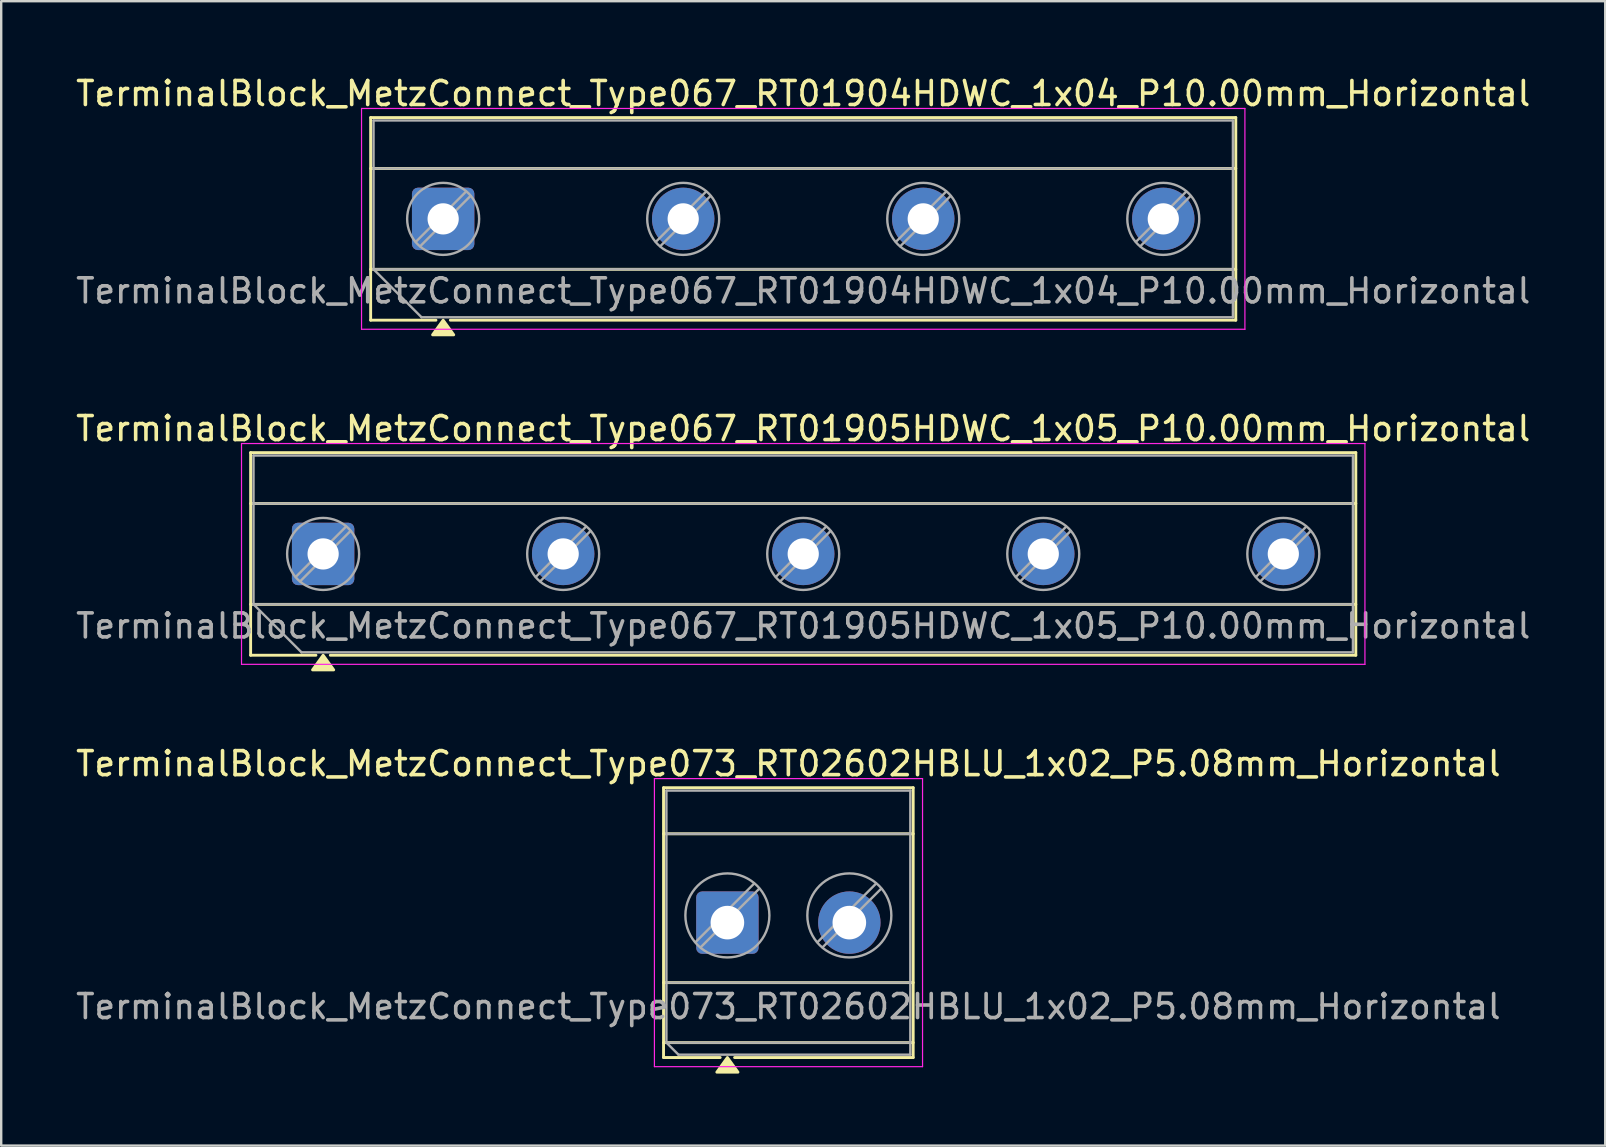
<source format=kicad_pcb>
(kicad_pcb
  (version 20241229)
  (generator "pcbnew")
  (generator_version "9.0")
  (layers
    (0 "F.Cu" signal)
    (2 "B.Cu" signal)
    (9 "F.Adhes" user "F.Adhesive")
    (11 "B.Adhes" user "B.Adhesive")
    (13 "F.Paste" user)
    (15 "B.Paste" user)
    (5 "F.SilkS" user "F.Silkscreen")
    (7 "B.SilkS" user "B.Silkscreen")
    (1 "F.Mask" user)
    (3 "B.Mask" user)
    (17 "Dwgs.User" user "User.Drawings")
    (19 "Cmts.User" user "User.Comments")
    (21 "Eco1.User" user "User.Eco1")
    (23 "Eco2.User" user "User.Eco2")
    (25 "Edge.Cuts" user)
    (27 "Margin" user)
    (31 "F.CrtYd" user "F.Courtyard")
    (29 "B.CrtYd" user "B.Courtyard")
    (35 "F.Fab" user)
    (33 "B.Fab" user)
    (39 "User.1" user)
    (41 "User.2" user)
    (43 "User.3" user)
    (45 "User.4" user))
  (footprint "TerminalBlock_MetzConnect_Type067_RT01905HDWC_1x05_P10.00mm_Horizontal"
    (layer "F.Cu")
    (at 10.411 20.026)
    (property "Reference" "TerminalBlock_MetzConnect_Type067_RT01905HDWC_1x05_P10.00mm_Horizontal" (at 20 -5.22 0) (layer "F.SilkS") (effects (font (size 1 1) (thickness 0.15))))
    (attr through_hole)
    (fp_line (start -3.02 -4.22) (end -3.02 4.22) (stroke (width 0.12) (type solid)) (layer "F.SilkS"))
    (fp_line (start -3.02 -4.22) (end 43.02 -4.22) (stroke (width 0.12) (type solid)) (layer "F.SilkS"))
    (fp_line (start -3.02 -2.1) (end 43.02 -2.1) (stroke (width 0.12) (type solid)) (layer "F.SilkS"))
    (fp_line (start -3.02 2.1) (end 43.02 2.1) (stroke (width 0.12) (type solid)) (layer "F.SilkS"))
    (fp_line (start -3.02 4.22) (end -0.3 4.22) (stroke (width 0.12) (type solid)) (layer "F.SilkS"))
    (fp_line (start 0.3 4.22) (end 43.02 4.22) (stroke (width 0.12) (type solid)) (layer "F.SilkS"))
    (fp_line (start 43.02 -4.22) (end 43.02 4.22) (stroke (width 0.12) (type solid)) (layer "F.SilkS"))
    (fp_poly (pts (xy 0 4.22) (xy 0.44 4.83) (xy -0.44 4.83)) (stroke (width 0.12) (type solid)) (fill yes) (layer "F.SilkS"))
    (fp_line (start -3.4 -4.6) (end -3.4 4.6) (stroke (width 0.05) (type solid)) (layer "F.CrtYd"))
    (fp_line (start -3.4 4.6) (end 43.4 4.6) (stroke (width 0.05) (type solid)) (layer "F.CrtYd"))
    (fp_line (start 43.4 -4.6) (end -3.4 -4.6) (stroke (width 0.05) (type solid)) (layer "F.CrtYd"))
    (fp_line (start 43.4 4.6) (end 43.4 -4.6) (stroke (width 0.05) (type solid)) (layer "F.CrtYd"))
    (fp_line (start -2.9 -4.1) (end 42.9 -4.1) (stroke (width 0.1) (type solid)) (layer "F.Fab"))
    (fp_line (start -2.9 -2.1) (end 42.9 -2.1) (stroke (width 0.1) (type solid)) (layer "F.Fab"))
    (fp_line (start -2.9 2.1) (end -2.9 -4.1) (stroke (width 0.1) (type solid)) (layer "F.Fab"))
    (fp_line (start -2.9 2.1) (end 42.9 2.1) (stroke (width 0.1) (type solid)) (layer "F.Fab"))
    (fp_line (start -0.9 4.1) (end -2.9 2.1) (stroke (width 0.1) (type solid)) (layer "F.Fab"))
    (fp_line (start 0.955 -1.138) (end -1.138 0.955) (stroke (width 0.1) (type solid)) (layer "F.Fab"))
    (fp_line (start 1.138 -0.955) (end -0.955 1.138) (stroke (width 0.1) (type solid)) (layer "F.Fab"))
    (fp_line (start 10.955 -1.138) (end 8.862 0.955) (stroke (width 0.1) (type solid)) (layer "F.Fab"))
    (fp_line (start 11.138 -0.955) (end 9.045 1.138) (stroke (width 0.1) (type solid)) (layer "F.Fab"))
    (fp_line (start 20.955 -1.138) (end 18.862 0.955) (stroke (width 0.1) (type solid)) (layer "F.Fab"))
    (fp_line (start 21.138 -0.955) (end 19.045 1.138) (stroke (width 0.1) (type solid)) (layer "F.Fab"))
    (fp_line (start 30.955 -1.138) (end 28.862 0.955) (stroke (width 0.1) (type solid)) (layer "F.Fab"))
    (fp_line (start 31.138 -0.955) (end 29.045 1.138) (stroke (width 0.1) (type solid)) (layer "F.Fab"))
    (fp_line (start 40.955 -1.138) (end 38.862 0.955) (stroke (width 0.1) (type solid)) (layer "F.Fab"))
    (fp_line (start 41.138 -0.955) (end 39.045 1.138) (stroke (width 0.1) (type solid)) (layer "F.Fab"))
    (fp_line (start 42.9 -4.1) (end 42.9 4.1) (stroke (width 0.1) (type solid)) (layer "F.Fab"))
    (fp_line (start 42.9 4.1) (end -0.9 4.1) (stroke (width 0.1) (type solid)) (layer "F.Fab"))
    (fp_circle (center 0 0) (end 1.5 0) (stroke (width 0.1) (type solid)) (fill no) (layer "F.Fab"))
    (fp_circle (center 10 0) (end 11.5 0) (stroke (width 0.1) (type solid)) (fill no) (layer "F.Fab"))
    (fp_circle (center 20 0) (end 21.5 0) (stroke (width 0.1) (type solid)) (fill no) (layer "F.Fab"))
    (fp_circle (center 30 0) (end 31.5 0) (stroke (width 0.1) (type solid)) (fill no) (layer "F.Fab"))
    (fp_circle (center 40 0) (end 41.5 0) (stroke (width 0.1) (type solid)) (fill no) (layer "F.Fab"))
    (fp_text user "${REFERENCE}" (at 20 3 0) (layer "F.Fab") (effects (font (size 1 1) (thickness 0.15))))
    (pad "1" thru_hole roundrect (at 0 0) (size 2.6 2.6) (drill 1.3) (layers "*.Cu" "*.Mask") (roundrect_rratio 0.096))
    (pad "2" thru_hole circle (at 10 0) (size 2.6 2.6) (drill 1.3) (layers "*.Cu" "*.Mask"))
    (pad "3" thru_hole circle (at 20 0) (size 2.6 2.6) (drill 1.3) (layers "*.Cu" "*.Mask"))
    (pad "4" thru_hole circle (at 30 0) (size 2.6 2.6) (drill 1.3) (layers "*.Cu" "*.Mask"))
    (pad "5" thru_hole circle (at 40 0) (size 2.6 2.6) (drill 1.3) (layers "*.Cu" "*.Mask")))
  (footprint "TerminalBlock_MetzConnect_Type073_RT02602HBLU_1x02_P5.08mm_Horizontal"
    (layer "F.Cu")
    (at 27.252 35.385)
    (property "Reference" "TerminalBlock_MetzConnect_Type073_RT02602HBLU_1x02_P5.08mm_Horizontal" (at 2.54 -6.62 0) (layer "F.SilkS") (effects (font (size 1 1) (thickness 0.15))))
    (attr through_hole)
    (fp_line (start -2.66 -5.62) (end -2.66 5.62) (stroke (width 0.12) (type solid)) (layer "F.SilkS"))
    (fp_line (start -2.66 -5.62) (end 7.74 -5.62) (stroke (width 0.12) (type solid)) (layer "F.SilkS"))
    (fp_line (start -2.66 -3.7) (end 7.74 -3.7) (stroke (width 0.12) (type solid)) (layer "F.SilkS"))
    (fp_line (start -2.66 2.5) (end 7.74 2.5) (stroke (width 0.12) (type solid)) (layer "F.SilkS"))
    (fp_line (start -2.66 5) (end 7.74 5) (stroke (width 0.12) (type solid)) (layer "F.SilkS"))
    (fp_line (start -2.66 5.62) (end -0.3 5.62) (stroke (width 0.12) (type solid)) (layer "F.SilkS"))
    (fp_line (start 0.3 5.62) (end 7.74 5.62) (stroke (width 0.12) (type solid)) (layer "F.SilkS"))
    (fp_line (start 7.74 -5.62) (end 7.74 5.62) (stroke (width 0.12) (type solid)) (layer "F.SilkS"))
    (fp_poly (pts (xy 0 5.62) (xy 0.44 6.23) (xy -0.44 6.23)) (stroke (width 0.12) (type solid)) (fill yes) (layer "F.SilkS"))
    (fp_line (start -3.04 -6) (end -3.04 6) (stroke (width 0.05) (type solid)) (layer "F.CrtYd"))
    (fp_line (start -3.04 6) (end 8.13 6) (stroke (width 0.05) (type solid)) (layer "F.CrtYd"))
    (fp_line (start 8.13 -6) (end -3.04 -6) (stroke (width 0.05) (type solid)) (layer "F.CrtYd"))
    (fp_line (start 8.13 6) (end 8.13 -6) (stroke (width 0.05) (type solid)) (layer "F.CrtYd"))
    (fp_line (start -2.54 -5.5) (end 7.62 -5.5) (stroke (width 0.1) (type solid)) (layer "F.Fab"))
    (fp_line (start -2.54 -3.7) (end 7.62 -3.7) (stroke (width 0.1) (type solid)) (layer "F.Fab"))
    (fp_line (start -2.54 2.5) (end 7.62 2.5) (stroke (width 0.1) (type solid)) (layer "F.Fab"))
    (fp_line (start -2.54 5) (end -2.54 -5.5) (stroke (width 0.1) (type solid)) (layer "F.Fab"))
    (fp_line (start -2.54 5) (end 7.62 5) (stroke (width 0.1) (type solid)) (layer "F.Fab"))
    (fp_line (start -2.04 5.5) (end -2.54 5) (stroke (width 0.1) (type solid)) (layer "F.Fab"))
    (fp_line (start 1.114 -1.627) (end -1.327 0.814) (stroke (width 0.1) (type solid)) (layer "F.Fab"))
    (fp_line (start 1.327 -1.414) (end -1.114 1.027) (stroke (width 0.1) (type solid)) (layer "F.Fab"))
    (fp_line (start 6.194 -1.627) (end 3.753 0.814) (stroke (width 0.1) (type solid)) (layer "F.Fab"))
    (fp_line (start 6.407 -1.414) (end 3.966 1.027) (stroke (width 0.1) (type solid)) (layer "F.Fab"))
    (fp_line (start 7.62 -5.5) (end 7.62 5.5) (stroke (width 0.1) (type solid)) (layer "F.Fab"))
    (fp_line (start 7.62 5.5) (end -2.04 5.5) (stroke (width 0.1) (type solid)) (layer "F.Fab"))
    (fp_circle (center 0 -0.3) (end 1.75 -0.3) (stroke (width 0.1) (type solid)) (fill no) (layer "F.Fab"))
    (fp_circle (center 5.08 -0.3) (end 6.83 -0.3) (stroke (width 0.1) (type solid)) (fill no) (layer "F.Fab"))
    (fp_text user "${REFERENCE}" (at 2.54 3.5 0) (layer "F.Fab") (effects (font (size 1 1) (thickness 0.15))))
    (pad "1" thru_hole roundrect (at 0 0) (size 2.6 2.6) (drill 1.4) (layers "*.Cu" "*.Mask") (roundrect_rratio 0.096))
    (pad "2" thru_hole circle (at 5.08 0) (size 2.6 2.6) (drill 1.4) (layers "*.Cu" "*.Mask")))
  (footprint "TerminalBlock_MetzConnect_Type067_RT01904HDWC_1x04_P10.00mm_Horizontal"
    (layer "F.Cu")
    (at 15.411 6.068)
    (property "Reference" "TerminalBlock_MetzConnect_Type067_RT01904HDWC_1x04_P10.00mm_Horizontal" (at 15 -5.22 0) (layer "F.SilkS") (effects (font (size 1 1) (thickness 0.15))))
    (attr through_hole)
    (fp_line (start -3.02 -4.22) (end -3.02 4.22) (stroke (width 0.12) (type solid)) (layer "F.SilkS"))
    (fp_line (start -3.02 -4.22) (end 33.02 -4.22) (stroke (width 0.12) (type solid)) (layer "F.SilkS"))
    (fp_line (start -3.02 -2.1) (end 33.02 -2.1) (stroke (width 0.12) (type solid)) (layer "F.SilkS"))
    (fp_line (start -3.02 2.1) (end 33.02 2.1) (stroke (width 0.12) (type solid)) (layer "F.SilkS"))
    (fp_line (start -3.02 4.22) (end -0.3 4.22) (stroke (width 0.12) (type solid)) (layer "F.SilkS"))
    (fp_line (start 0.3 4.22) (end 33.02 4.22) (stroke (width 0.12) (type solid)) (layer "F.SilkS"))
    (fp_line (start 33.02 -4.22) (end 33.02 4.22) (stroke (width 0.12) (type solid)) (layer "F.SilkS"))
    (fp_poly (pts (xy 0 4.22) (xy 0.44 4.83) (xy -0.44 4.83)) (stroke (width 0.12) (type solid)) (fill yes) (layer "F.SilkS"))
    (fp_line (start -3.4 -4.6) (end -3.4 4.6) (stroke (width 0.05) (type solid)) (layer "F.CrtYd"))
    (fp_line (start -3.4 4.6) (end 33.4 4.6) (stroke (width 0.05) (type solid)) (layer "F.CrtYd"))
    (fp_line (start 33.4 -4.6) (end -3.4 -4.6) (stroke (width 0.05) (type solid)) (layer "F.CrtYd"))
    (fp_line (start 33.4 4.6) (end 33.4 -4.6) (stroke (width 0.05) (type solid)) (layer "F.CrtYd"))
    (fp_line (start -2.9 -4.1) (end 32.9 -4.1) (stroke (width 0.1) (type solid)) (layer "F.Fab"))
    (fp_line (start -2.9 -2.1) (end 32.9 -2.1) (stroke (width 0.1) (type solid)) (layer "F.Fab"))
    (fp_line (start -2.9 2.1) (end -2.9 -4.1) (stroke (width 0.1) (type solid)) (layer "F.Fab"))
    (fp_line (start -2.9 2.1) (end 32.9 2.1) (stroke (width 0.1) (type solid)) (layer "F.Fab"))
    (fp_line (start -0.9 4.1) (end -2.9 2.1) (stroke (width 0.1) (type solid)) (layer "F.Fab"))
    (fp_line (start 0.955 -1.138) (end -1.138 0.955) (stroke (width 0.1) (type solid)) (layer "F.Fab"))
    (fp_line (start 1.138 -0.955) (end -0.955 1.138) (stroke (width 0.1) (type solid)) (layer "F.Fab"))
    (fp_line (start 10.955 -1.138) (end 8.862 0.955) (stroke (width 0.1) (type solid)) (layer "F.Fab"))
    (fp_line (start 11.138 -0.955) (end 9.045 1.138) (stroke (width 0.1) (type solid)) (layer "F.Fab"))
    (fp_line (start 20.955 -1.138) (end 18.862 0.955) (stroke (width 0.1) (type solid)) (layer "F.Fab"))
    (fp_line (start 21.138 -0.955) (end 19.045 1.138) (stroke (width 0.1) (type solid)) (layer "F.Fab"))
    (fp_line (start 30.955 -1.138) (end 28.862 0.955) (stroke (width 0.1) (type solid)) (layer "F.Fab"))
    (fp_line (start 31.138 -0.955) (end 29.045 1.138) (stroke (width 0.1) (type solid)) (layer "F.Fab"))
    (fp_line (start 32.9 -4.1) (end 32.9 4.1) (stroke (width 0.1) (type solid)) (layer "F.Fab"))
    (fp_line (start 32.9 4.1) (end -0.9 4.1) (stroke (width 0.1) (type solid)) (layer "F.Fab"))
    (fp_circle (center 0 0) (end 1.5 0) (stroke (width 0.1) (type solid)) (fill no) (layer "F.Fab"))
    (fp_circle (center 10 0) (end 11.5 0) (stroke (width 0.1) (type solid)) (fill no) (layer "F.Fab"))
    (fp_circle (center 20 0) (end 21.5 0) (stroke (width 0.1) (type solid)) (fill no) (layer "F.Fab"))
    (fp_circle (center 30 0) (end 31.5 0) (stroke (width 0.1) (type solid)) (fill no) (layer "F.Fab"))
    (fp_text user "${REFERENCE}" (at 15 3 0) (layer "F.Fab") (effects (font (size 1 1) (thickness 0.15))))
    (pad "1" thru_hole roundrect (at 0 0) (size 2.6 2.6) (drill 1.3) (layers "*.Cu" "*.Mask") (roundrect_rratio 0.096))
    (pad "2" thru_hole circle (at 10 0) (size 2.6 2.6) (drill 1.3) (layers "*.Cu" "*.Mask"))
    (pad "3" thru_hole circle (at 20 0) (size 2.6 2.6) (drill 1.3) (layers "*.Cu" "*.Mask"))
    (pad "4" thru_hole circle (at 30 0) (size 2.6 2.6) (drill 1.3) (layers "*.Cu" "*.Mask")))
  (gr_rect
    (start -3 -3)
    (end 63.821 44.675)
    (stroke (width 0.1) (type default))
    (fill no)
    (layer "Edge.Cuts")))
</source>
